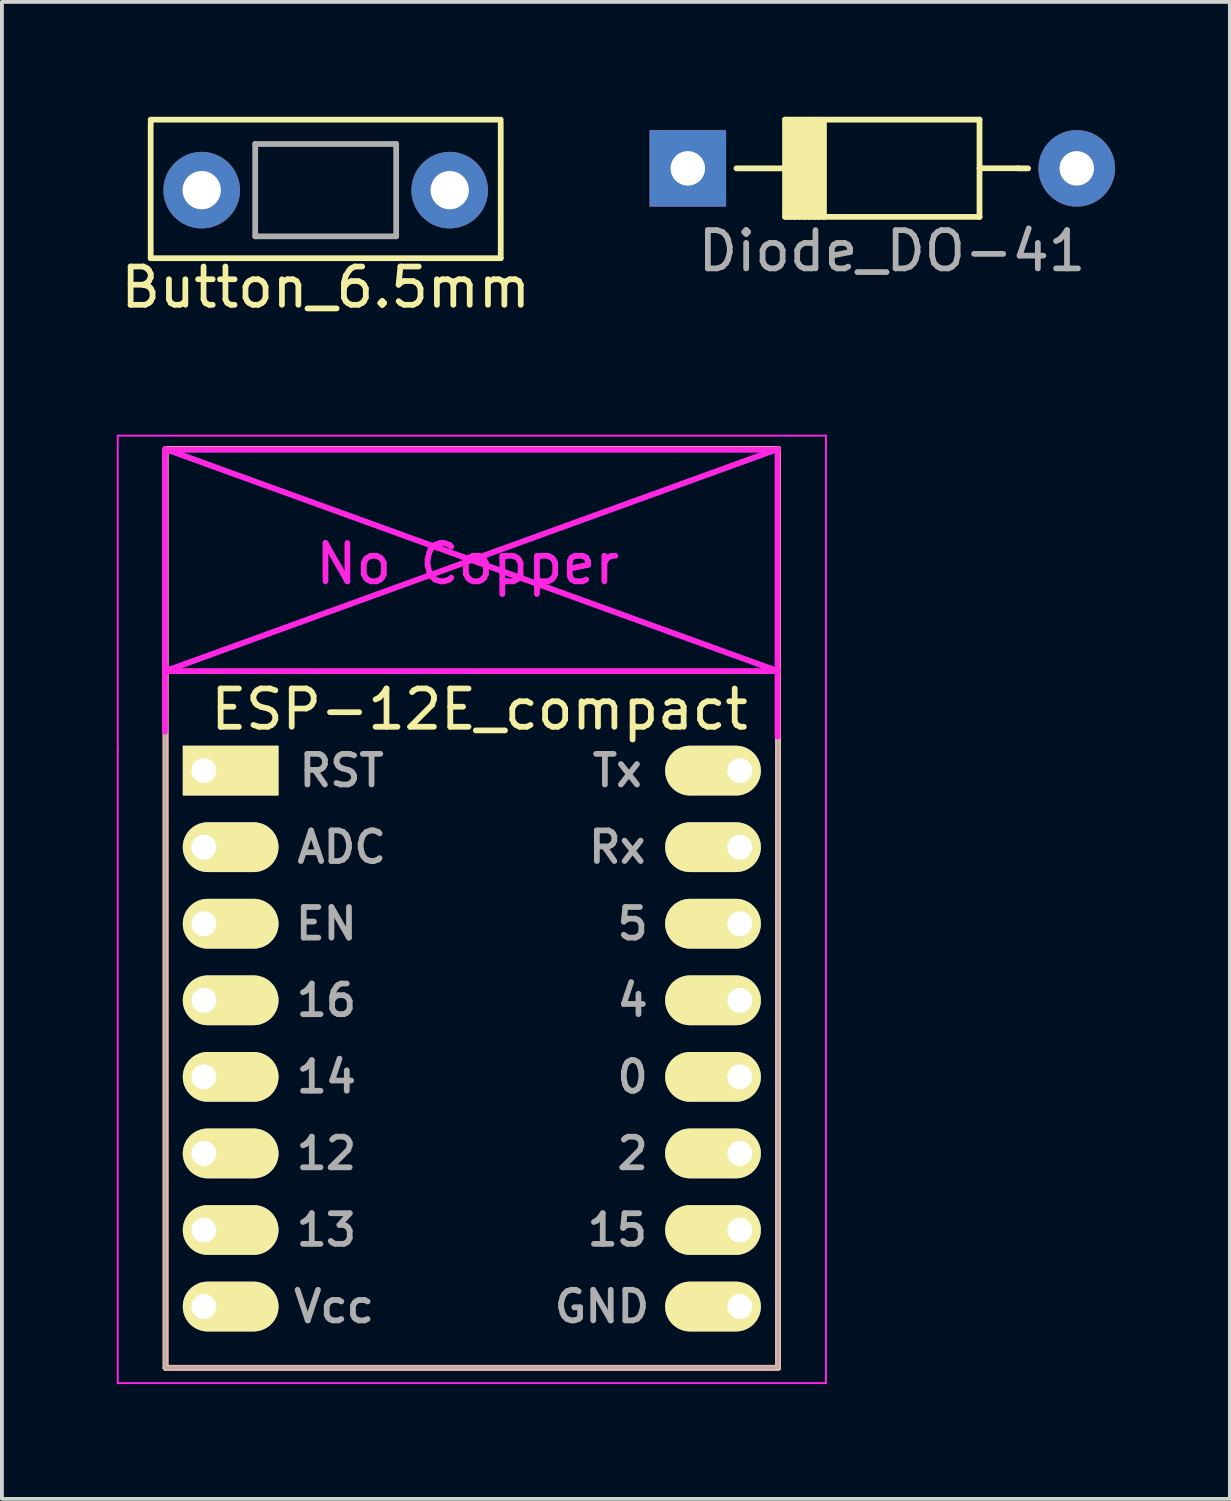
<source format=kicad_pcb>
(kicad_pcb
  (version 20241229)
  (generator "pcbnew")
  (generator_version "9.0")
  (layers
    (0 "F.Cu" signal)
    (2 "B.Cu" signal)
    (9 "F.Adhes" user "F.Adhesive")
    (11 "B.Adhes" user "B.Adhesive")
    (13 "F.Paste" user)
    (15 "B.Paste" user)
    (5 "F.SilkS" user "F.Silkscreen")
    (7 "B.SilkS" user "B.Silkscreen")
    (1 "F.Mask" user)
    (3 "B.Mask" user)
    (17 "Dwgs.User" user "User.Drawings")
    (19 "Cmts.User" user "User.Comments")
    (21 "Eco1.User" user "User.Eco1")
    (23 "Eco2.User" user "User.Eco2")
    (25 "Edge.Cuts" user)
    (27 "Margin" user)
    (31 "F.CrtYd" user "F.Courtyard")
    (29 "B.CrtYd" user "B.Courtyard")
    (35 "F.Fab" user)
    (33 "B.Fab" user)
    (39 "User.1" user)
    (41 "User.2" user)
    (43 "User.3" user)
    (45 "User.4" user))
  (footprint "Button_6.5mm"
    (layer "F.Cu")
    (at 5.458 1.917)
    (property "Reference" "Button_6.5mm" (at 0 2.54 0) (layer "F.SilkS") (effects (font (size 1 1) (thickness 0.15))))
    (attr through_hole)
    (fp_line (start -4.572 -1.841) (end 4.572 -1.841) (stroke (width 0.15) (type solid)) (layer "F.SilkS"))
    (fp_line (start -4.572 -1.778) (end -4.572 1.778) (stroke (width 0.15) (type solid)) (layer "F.SilkS"))
    (fp_line (start 4.572 -1.778) (end 4.572 1.778) (stroke (width 0.15) (type solid)) (layer "F.SilkS"))
    (fp_line (start 4.572 1.778) (end -4.572 1.778) (stroke (width 0.15) (type solid)) (layer "F.SilkS"))
    (fp_line (start -1.841 -1.206) (end 1.841 -1.206) (stroke (width 0.15) (type solid)) (layer "F.Fab"))
    (fp_line (start -1.841 1.206) (end -1.841 -1.206) (stroke (width 0.15) (type solid)) (layer "F.Fab"))
    (fp_line (start 1.841 -1.206) (end 1.841 1.206) (stroke (width 0.15) (type solid)) (layer "F.Fab"))
    (fp_line (start 1.841 1.206) (end -1.841 1.206) (stroke (width 0.15) (type solid)) (layer "F.Fab"))
    (pad "1" thru_hole circle (at -3.239 0) (size 2 2) (drill 1) (layers "*.Cu" "*.Mask"))
    (pad "2" thru_hole circle (at 3.239 0) (size 2 2) (drill 1) (layers "*.Cu" "*.Mask")))
  (footprint "ESP-12E_compact"
    (layer "F.Cu")
    (at 2.275 17.08)
    (property "Reference" "ESP-12E_compact" (at 7.2 -1.6 0) (layer "F.SilkS") (effects (font (size 1 1) (thickness 0.15))))
    (attr through_hole)
    (fp_line (start -1 -8.4) (end -1 15.6) (stroke (width 0.15) (type solid)) (layer "F.SilkS"))
    (fp_line (start -1 15.6) (end 15 15.6) (stroke (width 0.15) (type solid)) (layer "F.SilkS"))
    (fp_line (start 15 -8.4) (end -1 -8.4) (stroke (width 0.15) (type solid)) (layer "F.SilkS"))
    (fp_line (start 15 15.6) (end 15 -8.4) (stroke (width 0.15) (type solid)) (layer "F.SilkS"))
    (fp_line (start -1 -8.4) (end -1 15.6) (stroke (width 0.15) (type solid)) (layer "B.SilkS"))
    (fp_line (start -1 15.6) (end 15 15.6) (stroke (width 0.15) (type solid)) (layer "B.SilkS"))
    (fp_line (start 15 -8.4) (end -1 -8.4) (stroke (width 0.15) (type solid)) (layer "B.SilkS"))
    (fp_line (start 15 15.6) (end 15 -8.4) (stroke (width 0.15) (type solid)) (layer "B.SilkS"))
    (fp_line (start -2.25 -8.75) (end 15.25 -8.75) (stroke (width 0.05) (type solid)) (layer "F.CrtYd"))
    (fp_line (start -2.25 -0.5) (end -2.25 -8.75) (stroke (width 0.05) (type solid)) (layer "F.CrtYd"))
    (fp_line (start -2.25 16) (end -2.25 -0.5) (stroke (width 0.05) (type solid)) (layer "F.CrtYd"))
    (fp_line (start -1.016 -8.382) (end -1.016 -1.016) (stroke (width 0.152) (type solid)) (layer "F.CrtYd"))
    (fp_line (start -1.016 -8.382) (end 14.986 -8.382) (stroke (width 0.152) (type solid)) (layer "F.CrtYd"))
    (fp_line (start -1.008 -8.4) (end 14.992 -2.6) (stroke (width 0.152) (type solid)) (layer "F.CrtYd"))
    (fp_line (start -1.008 -2.6) (end 14.992 -2.6) (stroke (width 0.152) (type solid)) (layer "F.CrtYd"))
    (fp_line (start 14.986 -8.382) (end 14.986 -0.889) (stroke (width 0.152) (type solid)) (layer "F.CrtYd"))
    (fp_line (start 14.992 -8.4) (end -1.008 -2.6) (stroke (width 0.152) (type solid)) (layer "F.CrtYd"))
    (fp_line (start 15.25 -8.75) (end 16.25 -8.75) (stroke (width 0.05) (type solid)) (layer "F.CrtYd"))
    (fp_line (start 16.25 -8.75) (end 16.25 16) (stroke (width 0.05) (type solid)) (layer "F.CrtYd"))
    (fp_line (start 16.25 16) (end -2.25 16) (stroke (width 0.05) (type solid)) (layer "F.CrtYd"))
    (fp_line (start -1.008 -8.4) (end 14.992 -8.4) (stroke (width 0.05) (type solid)) (layer "F.Fab"))
    (fp_line (start -1.008 15.6) (end -1.008 -8.4) (stroke (width 0.05) (type solid)) (layer "F.Fab"))
    (fp_line (start 14.992 15.6) (end -1.008 15.6) (stroke (width 0.05) (type solid)) (layer "F.Fab"))
    (fp_line (start 15 -8.4) (end 15 15.6) (stroke (width 0.05) (type solid)) (layer "F.Fab"))
    (fp_text user "No Copper" (at 6.892 -5.4 0) (layer "F.CrtYd") (effects (font (size 1 1) (thickness 0.15))))
    (fp_text user "Tx" (at 10.8 0 0) (layer "F.Fab") (effects (font (size 0.8 0.8) (thickness 0.15))))
    (fp_text user "EN" (at 3.2 4 0) (layer "F.Fab") (effects (font (size 0.8 0.8) (thickness 0.15))))
    (fp_text user "ADC" (at 3.6 2 0) (layer "F.Fab") (effects (font (size 0.8 0.8) (thickness 0.15))))
    (fp_text user "13" (at 3.2 12 0) (layer "F.Fab") (effects (font (size 0.8 0.8) (thickness 0.15))))
    (fp_text user "4" (at 11.2 6 0) (layer "F.Fab") (effects (font (size 0.8 0.8) (thickness 0.15))))
    (fp_text user "0" (at 11.2 8 0) (layer "F.Fab") (effects (font (size 0.8 0.8) (thickness 0.15))))
    (fp_text user "12" (at 3.2 10 0) (layer "F.Fab") (effects (font (size 0.8 0.8) (thickness 0.15))))
    (fp_text user "Vcc" (at 3.4 14 0) (layer "F.Fab") (effects (font (size 0.8 0.8) (thickness 0.15))))
    (fp_text user "15" (at 10.8 12 0) (layer "F.Fab") (effects (font (size 0.8 0.8) (thickness 0.15))))
    (fp_text user "RST" (at 3.6 0 0) (layer "F.Fab") (effects (font (size 0.8 0.8) (thickness 0.15))))
    (fp_text user "Rx" (at 10.8 2 0) (layer "F.Fab") (effects (font (size 0.8 0.8) (thickness 0.15))))
    (fp_text user "GND" (at 10.4 14 0) (layer "F.Fab") (effects (font (size 0.8 0.8) (thickness 0.15))))
    (fp_text user "16" (at 3.2 6 0) (layer "F.Fab") (effects (font (size 0.8 0.8) (thickness 0.15))))
    (fp_text user "5" (at 11.2 4 0) (layer "F.Fab") (effects (font (size 0.8 0.8) (thickness 0.15))))
    (fp_text user "14" (at 3.2 8 0) (layer "F.Fab") (effects (font (size 0.8 0.8) (thickness 0.15))))
    (fp_text user "2" (at 11.2 10 0) (layer "F.Fab") (effects (font (size 0.8 0.8) (thickness 0.15))))
    (pad "1" thru_hole rect (at 0 0) (size 2.5 1.3) (drill 0.65 (offset 0.7 0)) (layers "*.Cu" "*.Mask" "F.SilkS"))
    (pad "2" thru_hole oval (at 0 2) (size 2.5 1.3) (drill 0.65 (offset 0.7 0)) (layers "*.Cu" "*.Mask" "F.SilkS"))
    (pad "3" thru_hole oval (at 0 4) (size 2.5 1.3) (drill 0.65 (offset 0.7 0)) (layers "*.Cu" "*.Mask" "F.SilkS"))
    (pad "4" thru_hole oval (at 0 6) (size 2.5 1.3) (drill 0.65 (offset 0.7 0)) (layers "*.Cu" "*.Mask" "F.SilkS"))
    (pad "5" thru_hole oval (at 0 8) (size 2.5 1.3) (drill 0.65 (offset 0.7 0)) (layers "*.Cu" "*.Mask" "F.SilkS"))
    (pad "6" thru_hole oval (at 0 10) (size 2.5 1.3) (drill 0.65 (offset 0.7 0)) (layers "*.Cu" "*.Mask" "F.SilkS"))
    (pad "7" thru_hole oval (at 0 12) (size 2.5 1.3) (drill 0.65 (offset 0.7 0)) (layers "*.Cu" "*.Mask" "F.SilkS"))
    (pad "8" thru_hole oval (at 0 14) (size 2.5 1.3) (drill 0.65 (offset 0.7 0)) (layers "*.Cu" "*.Mask" "F.SilkS"))
    (pad "9" thru_hole oval (at 14 14) (size 2.5 1.3) (drill 0.65 (offset -0.7 0)) (layers "*.Cu" "*.Mask" "F.SilkS"))
    (pad "10" thru_hole oval (at 14 12) (size 2.5 1.3) (drill 0.65 (offset -0.7 0)) (layers "*.Cu" "*.Mask" "F.SilkS"))
    (pad "11" thru_hole oval (at 14 10) (size 2.5 1.3) (drill 0.65 (offset -0.7 0)) (layers "*.Cu" "*.Mask" "F.SilkS"))
    (pad "12" thru_hole oval (at 14 8) (size 2.5 1.3) (drill 0.65 (offset -0.7 0)) (layers "*.Cu" "*.Mask" "F.SilkS"))
    (pad "13" thru_hole oval (at 14 6) (size 2.5 1.3) (drill 0.65 (offset -0.7 0)) (layers "*.Cu" "*.Mask" "F.SilkS"))
    (pad "14" thru_hole oval (at 14 4) (size 2.5 1.3) (drill 0.65 (offset -0.7 0)) (layers "*.Cu" "*.Mask" "F.SilkS"))
    (pad "15" thru_hole oval (at 14 2) (size 2.5 1.3) (drill 0.65 (offset -0.7 0)) (layers "*.Cu" "*.Mask" "F.SilkS"))
    (pad "16" thru_hole oval (at 14 0) (size 2.5 1.3) (drill 0.65 (offset -0.7 0)) (layers "*.Cu" "*.Mask" "F.SilkS")))
  (footprint "Diode_DO-41"
    (layer "F.Cu")
    (at 14.917 1.348)
    (property "Reference" "Diode_DO-41" (at 5.334 2.159 0) (layer "F.Fab") (effects (font (size 1 1) (thickness 0.15))))
    (attr through_hole)
    (fp_line (start 1.27 0) (end 2.54 0) (stroke (width 0.15) (type solid)) (layer "F.SilkS"))
    (fp_line (start 2.54 -1.273) (end 7.62 -1.273) (stroke (width 0.15) (type solid)) (layer "F.SilkS"))
    (fp_line (start 2.54 1.267) (end 2.54 -1.273) (stroke (width 0.15) (type solid)) (layer "F.SilkS"))
    (fp_line (start 2.667 1.27) (end 2.667 -1.27) (stroke (width 0.15) (type solid)) (layer "F.SilkS"))
    (fp_line (start 2.794 -1.27) (end 2.794 1.27) (stroke (width 0.15) (type solid)) (layer "F.SilkS"))
    (fp_line (start 2.921 -1.27) (end 2.921 1.27) (stroke (width 0.15) (type solid)) (layer "F.SilkS"))
    (fp_line (start 3.048 -1.27) (end 3.048 1.27) (stroke (width 0.15) (type solid)) (layer "F.SilkS"))
    (fp_line (start 3.175 1.27) (end 3.175 -1.27) (stroke (width 0.15) (type solid)) (layer "F.SilkS"))
    (fp_line (start 3.302 1.27) (end 3.302 -1.27) (stroke (width 0.15) (type solid)) (layer "F.SilkS"))
    (fp_line (start 3.429 -1.27) (end 3.429 1.27) (stroke (width 0.15) (type solid)) (layer "F.SilkS"))
    (fp_line (start 3.556 1.27) (end 3.556 -1.27) (stroke (width 0.15) (type solid)) (layer "F.SilkS"))
    (fp_line (start 7.62 -1.273) (end 7.62 1.267) (stroke (width 0.15) (type solid)) (layer "F.SilkS"))
    (fp_line (start 7.62 -0.003) (end 8.636 -0.003) (stroke (width 0.15) (type solid)) (layer "F.SilkS"))
    (fp_line (start 7.62 1.267) (end 2.54 1.267) (stroke (width 0.15) (type solid)) (layer "F.SilkS"))
    (fp_line (start 8.636 0) (end 8.89 0) (stroke (width 0.15) (type solid)) (layer "F.SilkS"))
    (pad "1" thru_hole rect (at 0 0 180) (size 2 2) (drill 0.9) (layers "*.Cu" "*.Mask"))
    (pad "2" thru_hole circle (at 10.16 0 180) (size 2 2) (drill 0.9) (layers "*.Cu" "*.Mask")))
  (gr_rect
    (start -3 -3)
    (end 29.077 36.105)
    (stroke (width 0.1) (type default))
    (fill no)
    (layer "Edge.Cuts")))
</source>
